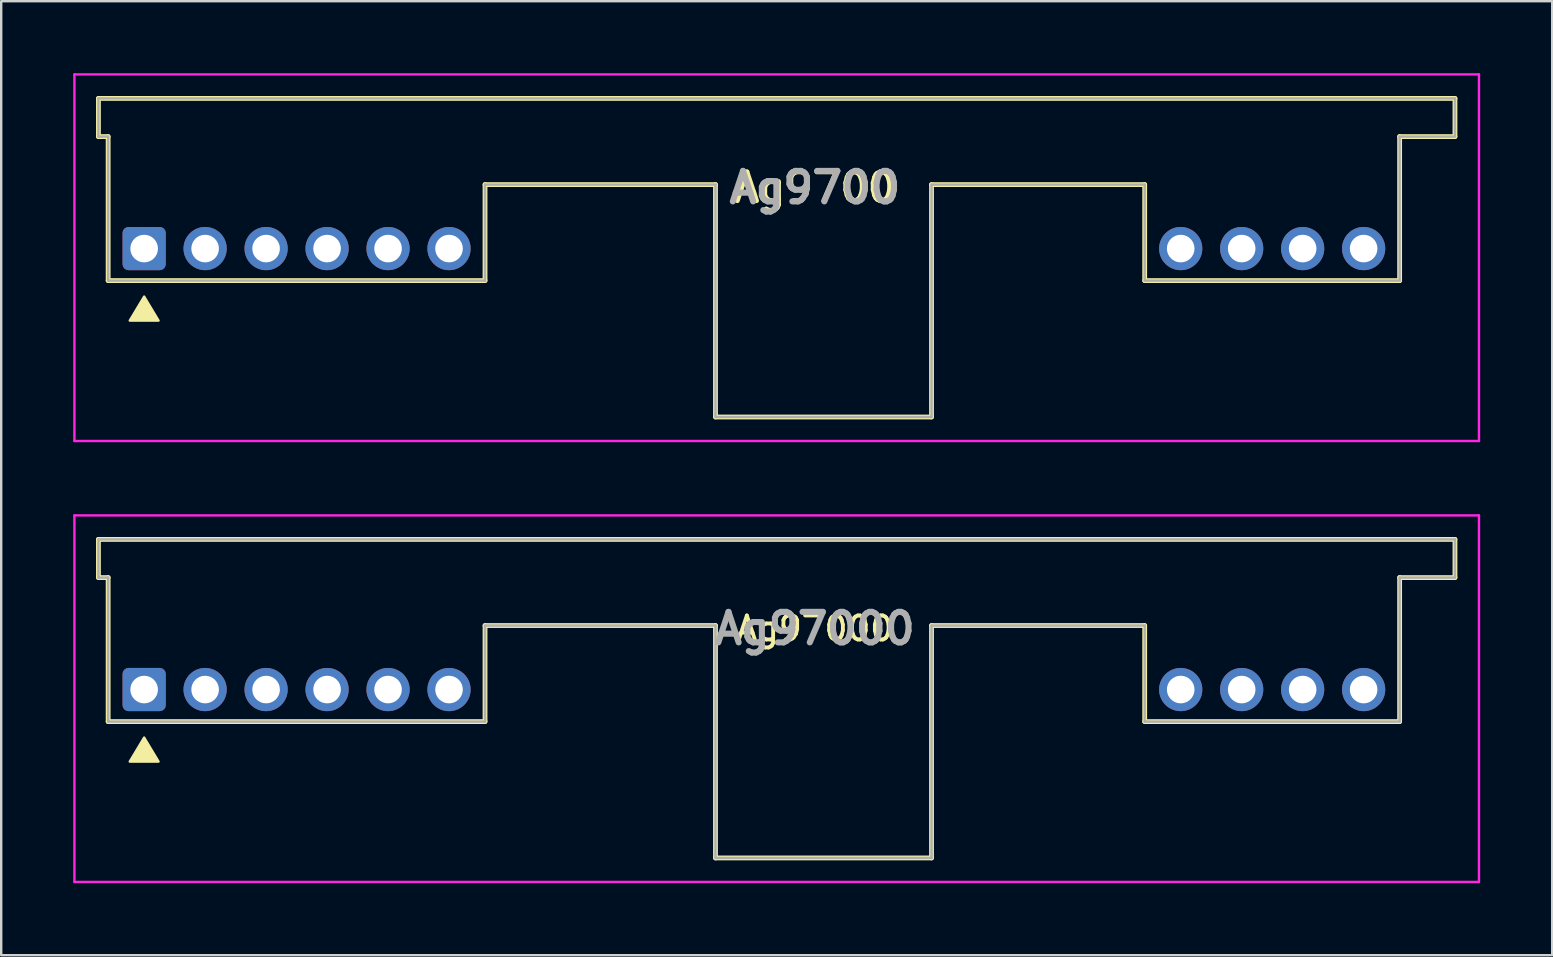
<source format=kicad_pcb>
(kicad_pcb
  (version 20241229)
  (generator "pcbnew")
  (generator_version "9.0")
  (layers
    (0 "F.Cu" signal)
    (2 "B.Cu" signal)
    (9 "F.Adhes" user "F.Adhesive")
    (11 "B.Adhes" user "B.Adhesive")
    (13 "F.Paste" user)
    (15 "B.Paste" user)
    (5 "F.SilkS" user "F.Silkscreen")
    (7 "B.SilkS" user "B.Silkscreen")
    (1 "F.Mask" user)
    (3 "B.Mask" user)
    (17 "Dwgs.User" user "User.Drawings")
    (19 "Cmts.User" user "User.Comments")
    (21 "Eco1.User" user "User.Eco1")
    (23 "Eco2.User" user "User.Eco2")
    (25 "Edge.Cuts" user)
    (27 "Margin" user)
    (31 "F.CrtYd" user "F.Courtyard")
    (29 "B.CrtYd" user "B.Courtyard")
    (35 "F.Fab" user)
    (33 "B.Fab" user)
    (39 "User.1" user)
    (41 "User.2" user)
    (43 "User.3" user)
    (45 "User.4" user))
  (footprint "Ag9700"
    (layer "F.Cu")
    (at 2.955 7.305)
    (property "Reference" "Ag9700" (at 27.94 -2.54 0) (unlocked yes) (layer "F.SilkS") (effects (font (size 1.2 1.2) (thickness 0.2))))
    (attr through_hole)
    (fp_line (start -1.905 -6.255) (end 54.605 -6.255) (stroke (width 0.2) (type solid)) (layer "F.SilkS"))
    (fp_line (start -1.905 -4.665) (end -1.905 -6.255) (stroke (width 0.2) (type solid)) (layer "F.SilkS"))
    (fp_line (start -1.5 -4.665) (end -1.905 -4.665) (stroke (width 0.2) (type solid)) (layer "F.SilkS"))
    (fp_line (start -1.5 1.334) (end -1.5 -4.665) (stroke (width 0.2) (type solid)) (layer "F.SilkS"))
    (fp_line (start 14.2 -2.666) (end 14.2 1.334) (stroke (width 0.2) (type solid)) (layer "F.SilkS"))
    (fp_line (start 14.2 1.334) (end -1.5 1.334) (stroke (width 0.2) (type solid)) (layer "F.SilkS"))
    (fp_line (start 23.8 -2.666) (end 14.2 -2.666) (stroke (width 0.2) (type solid)) (layer "F.SilkS"))
    (fp_line (start 23.8 7.015) (end 23.8 -2.666) (stroke (width 0.2) (type solid)) (layer "F.SilkS"))
    (fp_line (start 32.8 -2.666) (end 32.8 7.015) (stroke (width 0.2) (type solid)) (layer "F.SilkS"))
    (fp_line (start 32.8 7.015) (end 23.8 7.015) (stroke (width 0.2) (type solid)) (layer "F.SilkS"))
    (fp_line (start 41.68 -2.666) (end 32.8 -2.666) (stroke (width 0.2) (type solid)) (layer "F.SilkS"))
    (fp_line (start 41.68 1.334) (end 41.68 -2.666) (stroke (width 0.2) (type solid)) (layer "F.SilkS"))
    (fp_line (start 52.3 -4.665) (end 52.3 1.334) (stroke (width 0.2) (type solid)) (layer "F.SilkS"))
    (fp_line (start 52.3 1.334) (end 41.68 1.334) (stroke (width 0.2) (type solid)) (layer "F.SilkS"))
    (fp_line (start 54.605 -6.255) (end 54.605 -4.665) (stroke (width 0.2) (type solid)) (layer "F.SilkS"))
    (fp_line (start 54.605 -4.665) (end 52.3 -4.665) (stroke (width 0.2) (type solid)) (layer "F.SilkS"))
    (fp_poly (pts (xy 0 2) (xy -0.6 3) (xy 0.6 3)) (stroke (width 0.1) (type solid)) (fill yes) (layer "F.SilkS"))
    (fp_line (start -2.905 -7.255) (end 55.605 -7.255) (stroke (width 0.1) (type solid)) (layer "F.CrtYd"))
    (fp_line (start -2.905 8.015) (end -2.905 -7.255) (stroke (width 0.1) (type solid)) (layer "F.CrtYd"))
    (fp_line (start 55.605 -7.255) (end 55.605 8.015) (stroke (width 0.1) (type solid)) (layer "F.CrtYd"))
    (fp_line (start 55.605 8.015) (end -2.905 8.015) (stroke (width 0.1) (type solid)) (layer "F.CrtYd"))
    (fp_line (start -1.905 -6.255) (end -1.905 -4.665) (stroke (width 0.1) (type solid)) (layer "F.Fab"))
    (fp_line (start -1.905 -4.665) (end -1.5 -4.665) (stroke (width 0.1) (type solid)) (layer "F.Fab"))
    (fp_line (start -1.5 -4.665) (end -1.5 1.334) (stroke (width 0.1) (type solid)) (layer "F.Fab"))
    (fp_line (start -1.5 1.334) (end 14.2 1.334) (stroke (width 0.1) (type solid)) (layer "F.Fab"))
    (fp_line (start 14.2 -2.666) (end 23.8 -2.666) (stroke (width 0.1) (type solid)) (layer "F.Fab"))
    (fp_line (start 14.2 1.334) (end 14.2 -2.666) (stroke (width 0.1) (type solid)) (layer "F.Fab"))
    (fp_line (start 23.8 -2.666) (end 23.8 7.015) (stroke (width 0.1) (type solid)) (layer "F.Fab"))
    (fp_line (start 23.8 7.015) (end 32.8 7.015) (stroke (width 0.1) (type solid)) (layer "F.Fab"))
    (fp_line (start 32.8 -2.666) (end 41.68 -2.666) (stroke (width 0.1) (type solid)) (layer "F.Fab"))
    (fp_line (start 32.8 7.015) (end 32.8 -2.666) (stroke (width 0.1) (type solid)) (layer "F.Fab"))
    (fp_line (start 41.68 -2.666) (end 41.68 1.334) (stroke (width 0.1) (type solid)) (layer "F.Fab"))
    (fp_line (start 41.68 1.334) (end 52.3 1.334) (stroke (width 0.1) (type solid)) (layer "F.Fab"))
    (fp_line (start 52.3 -4.665) (end 54.605 -4.665) (stroke (width 0.1) (type solid)) (layer "F.Fab"))
    (fp_line (start 52.3 1.334) (end 52.3 -4.665) (stroke (width 0.1) (type solid)) (layer "F.Fab"))
    (fp_line (start 54.605 -6.255) (end -1.905 -6.255) (stroke (width 0.1) (type solid)) (layer "F.Fab"))
    (fp_line (start 54.605 -4.665) (end 54.605 -6.255) (stroke (width 0.1) (type solid)) (layer "F.Fab"))
    (fp_text user "${REFERENCE}" (at 27.94 -2.54 0) (layer "F.Fab") (effects (font (size 1.27 1.27) (thickness 0.254))))
    (pad "1" thru_hole roundrect (at 0 0) (size 1.8 1.8) (drill 1.15) (layers "*.Cu" "*.Mask") (roundrect_rratio 0.139))
    (pad "2" thru_hole circle (at 2.54 0) (size 1.8 1.8) (drill 1.15) (layers "*.Cu" "*.Mask"))
    (pad "3" thru_hole circle (at 5.08 0) (size 1.8 1.8) (drill 1.15) (layers "*.Cu" "*.Mask"))
    (pad "4" thru_hole circle (at 7.62 0) (size 1.8 1.8) (drill 1.15) (layers "*.Cu" "*.Mask"))
    (pad "5" thru_hole circle (at 10.16 0) (size 1.8 1.8) (drill 1.15) (layers "*.Cu" "*.Mask"))
    (pad "6" thru_hole circle (at 12.7 0) (size 1.8 1.8) (drill 1.15) (layers "*.Cu" "*.Mask"))
    (pad "7" thru_hole circle (at 43.18 0) (size 1.8 1.8) (drill 1.15) (layers "*.Cu" "*.Mask"))
    (pad "8" thru_hole circle (at 45.72 0) (size 1.8 1.8) (drill 1.15) (layers "*.Cu" "*.Mask"))
    (pad "9" thru_hole circle (at 48.26 0) (size 1.8 1.8) (drill 1.15) (layers "*.Cu" "*.Mask"))
    (pad "10" thru_hole circle (at 50.8 0) (size 1.8 1.8) (drill 1.15) (layers "*.Cu" "*.Mask")))
  (footprint "Ag97000"
    (layer "F.Cu")
    (at 2.955 25.675)
    (property "Reference" "Ag97000" (at 27.94 -2.54 0) (unlocked yes) (layer "F.SilkS") (effects (font (size 1 1) (thickness 0.16))))
    (attr through_hole)
    (fp_line (start -1.905 -6.255) (end 54.605 -6.255) (stroke (width 0.2) (type solid)) (layer "F.SilkS"))
    (fp_line (start -1.905 -4.665) (end -1.905 -6.255) (stroke (width 0.2) (type solid)) (layer "F.SilkS"))
    (fp_line (start -1.5 -4.665) (end -1.905 -4.665) (stroke (width 0.2) (type solid)) (layer "F.SilkS"))
    (fp_line (start -1.5 1.334) (end -1.5 -4.665) (stroke (width 0.2) (type solid)) (layer "F.SilkS"))
    (fp_line (start 14.2 -2.666) (end 14.2 1.334) (stroke (width 0.2) (type solid)) (layer "F.SilkS"))
    (fp_line (start 14.2 1.334) (end -1.5 1.334) (stroke (width 0.2) (type solid)) (layer "F.SilkS"))
    (fp_line (start 23.8 -2.666) (end 14.2 -2.666) (stroke (width 0.2) (type solid)) (layer "F.SilkS"))
    (fp_line (start 23.8 7.015) (end 23.8 -2.666) (stroke (width 0.2) (type solid)) (layer "F.SilkS"))
    (fp_line (start 32.8 -2.666) (end 32.8 7.015) (stroke (width 0.2) (type solid)) (layer "F.SilkS"))
    (fp_line (start 32.8 7.015) (end 23.8 7.015) (stroke (width 0.2) (type solid)) (layer "F.SilkS"))
    (fp_line (start 41.68 -2.666) (end 32.8 -2.666) (stroke (width 0.2) (type solid)) (layer "F.SilkS"))
    (fp_line (start 41.68 1.334) (end 41.68 -2.666) (stroke (width 0.2) (type solid)) (layer "F.SilkS"))
    (fp_line (start 52.3 -4.665) (end 52.3 1.334) (stroke (width 0.2) (type solid)) (layer "F.SilkS"))
    (fp_line (start 52.3 1.334) (end 41.68 1.334) (stroke (width 0.2) (type solid)) (layer "F.SilkS"))
    (fp_line (start 54.605 -6.255) (end 54.605 -4.665) (stroke (width 0.2) (type solid)) (layer "F.SilkS"))
    (fp_line (start 54.605 -4.665) (end 52.3 -4.665) (stroke (width 0.2) (type solid)) (layer "F.SilkS"))
    (fp_poly (pts (xy 0 2) (xy -0.6 3) (xy 0.6 3)) (stroke (width 0.1) (type solid)) (fill yes) (layer "F.SilkS"))
    (fp_line (start -2.905 -7.255) (end 55.605 -7.255) (stroke (width 0.1) (type solid)) (layer "F.CrtYd"))
    (fp_line (start -2.905 8.015) (end -2.905 -7.255) (stroke (width 0.1) (type solid)) (layer "F.CrtYd"))
    (fp_line (start 55.605 -7.255) (end 55.605 8.015) (stroke (width 0.1) (type solid)) (layer "F.CrtYd"))
    (fp_line (start 55.605 8.015) (end -2.905 8.015) (stroke (width 0.1) (type solid)) (layer "F.CrtYd"))
    (fp_line (start -1.905 -6.255) (end -1.905 -4.665) (stroke (width 0.1) (type solid)) (layer "F.Fab"))
    (fp_line (start -1.905 -4.665) (end -1.5 -4.665) (stroke (width 0.1) (type solid)) (layer "F.Fab"))
    (fp_line (start -1.5 -4.665) (end -1.5 1.334) (stroke (width 0.1) (type solid)) (layer "F.Fab"))
    (fp_line (start -1.5 1.334) (end 14.2 1.334) (stroke (width 0.1) (type solid)) (layer "F.Fab"))
    (fp_line (start 14.2 -2.666) (end 23.8 -2.666) (stroke (width 0.1) (type solid)) (layer "F.Fab"))
    (fp_line (start 14.2 1.334) (end 14.2 -2.666) (stroke (width 0.1) (type solid)) (layer "F.Fab"))
    (fp_line (start 23.8 -2.666) (end 23.8 7.015) (stroke (width 0.1) (type solid)) (layer "F.Fab"))
    (fp_line (start 23.8 7.015) (end 32.8 7.015) (stroke (width 0.1) (type solid)) (layer "F.Fab"))
    (fp_line (start 32.8 -2.666) (end 41.68 -2.666) (stroke (width 0.1) (type solid)) (layer "F.Fab"))
    (fp_line (start 32.8 7.015) (end 32.8 -2.666) (stroke (width 0.1) (type solid)) (layer "F.Fab"))
    (fp_line (start 41.68 -2.666) (end 41.68 1.334) (stroke (width 0.1) (type solid)) (layer "F.Fab"))
    (fp_line (start 41.68 1.334) (end 52.3 1.334) (stroke (width 0.1) (type solid)) (layer "F.Fab"))
    (fp_line (start 52.3 -4.665) (end 54.605 -4.665) (stroke (width 0.1) (type solid)) (layer "F.Fab"))
    (fp_line (start 52.3 1.334) (end 52.3 -4.665) (stroke (width 0.1) (type solid)) (layer "F.Fab"))
    (fp_line (start 54.605 -6.255) (end -1.905 -6.255) (stroke (width 0.1) (type solid)) (layer "F.Fab"))
    (fp_line (start 54.605 -4.665) (end 54.605 -6.255) (stroke (width 0.1) (type solid)) (layer "F.Fab"))
    (fp_text user "${REFERENCE}" (at 27.94 -2.54 0) (layer "F.Fab") (effects (font (size 1.27 1.27) (thickness 0.254))))
    (pad "1" thru_hole roundrect (at 0 0) (size 1.8 1.8) (drill 1.15) (layers "*.Cu" "*.Mask") (roundrect_rratio 0.139))
    (pad "2" thru_hole circle (at 2.54 0) (size 1.8 1.8) (drill 1.15) (layers "*.Cu" "*.Mask"))
    (pad "3" thru_hole circle (at 5.08 0) (size 1.8 1.8) (drill 1.15) (layers "*.Cu" "*.Mask"))
    (pad "4" thru_hole circle (at 7.62 0) (size 1.8 1.8) (drill 1.15) (layers "*.Cu" "*.Mask"))
    (pad "5" thru_hole circle (at 10.16 0) (size 1.8 1.8) (drill 1.15) (layers "*.Cu" "*.Mask"))
    (pad "6" thru_hole circle (at 12.7 0) (size 1.8 1.8) (drill 1.15) (layers "*.Cu" "*.Mask"))
    (pad "7" thru_hole circle (at 43.18 0) (size 1.8 1.8) (drill 1.15) (layers "*.Cu" "*.Mask"))
    (pad "8" thru_hole circle (at 45.72 0) (size 1.8 1.8) (drill 1.15) (layers "*.Cu" "*.Mask"))
    (pad "9" thru_hole circle (at 48.26 0) (size 1.8 1.8) (drill 1.15) (layers "*.Cu" "*.Mask"))
    (pad "10" thru_hole circle (at 50.8 0) (size 1.8 1.8) (drill 1.15) (layers "*.Cu" "*.Mask")))
  (gr_rect
    (start -3 -3)
    (end 61.61 36.74)
    (stroke (width 0.1) (type default))
    (fill no)
    (layer "Edge.Cuts")))
</source>
